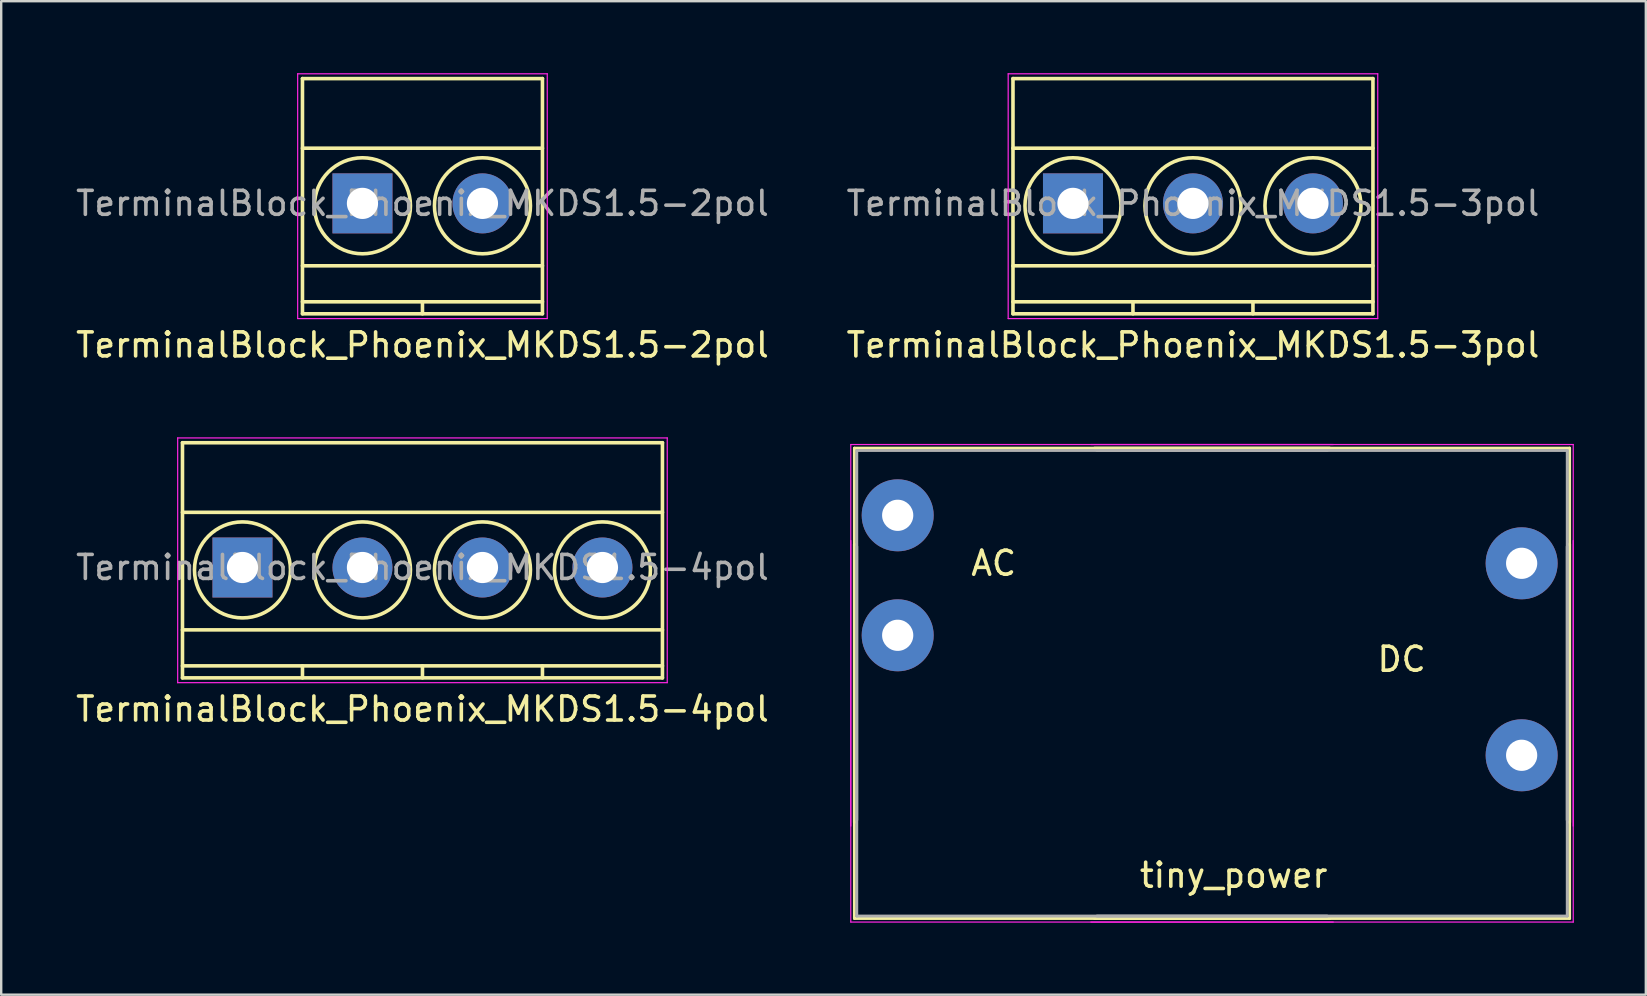
<source format=kicad_pcb>
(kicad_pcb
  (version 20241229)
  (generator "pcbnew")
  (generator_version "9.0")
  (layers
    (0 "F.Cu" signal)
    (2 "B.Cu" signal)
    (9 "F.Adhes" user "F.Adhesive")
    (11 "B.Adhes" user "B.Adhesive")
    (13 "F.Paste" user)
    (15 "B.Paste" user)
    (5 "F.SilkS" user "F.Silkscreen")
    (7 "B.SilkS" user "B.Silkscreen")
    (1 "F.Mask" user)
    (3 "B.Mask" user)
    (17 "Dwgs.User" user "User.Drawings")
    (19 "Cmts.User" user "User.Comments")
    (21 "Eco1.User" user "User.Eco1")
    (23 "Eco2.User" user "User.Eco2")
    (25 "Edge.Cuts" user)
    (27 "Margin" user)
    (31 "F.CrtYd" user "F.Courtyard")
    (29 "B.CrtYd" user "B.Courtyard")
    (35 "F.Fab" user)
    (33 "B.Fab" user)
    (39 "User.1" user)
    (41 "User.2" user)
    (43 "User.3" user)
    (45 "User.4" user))
  (footprint "TerminalBlock_Phoenix_MKDS1.5-2pol"
    (layer "F.Cu")
    (at 12.054 5.425)
    (property "Reference" "TerminalBlock_Phoenix_MKDS1.5-2pol" (at 2.5 5.9 0) (layer "F.SilkS") (effects (font (size 1 1) (thickness 0.15))))
    (attr through_hole)
    (fp_line (start -2.5 -5.2) (end -2.5 4.6) (stroke (width 0.15) (type solid)) (layer "F.SilkS"))
    (fp_line (start -2.5 -2.3) (end 7.5 -2.3) (stroke (width 0.15) (type solid)) (layer "F.SilkS"))
    (fp_line (start -2.5 2.6) (end 7.5 2.6) (stroke (width 0.15) (type solid)) (layer "F.SilkS"))
    (fp_line (start -2.5 4.1) (end 7.5 4.1) (stroke (width 0.15) (type solid)) (layer "F.SilkS"))
    (fp_line (start -2.5 4.6) (end 7.5 4.6) (stroke (width 0.15) (type solid)) (layer "F.SilkS"))
    (fp_line (start 2.5 4.1) (end 2.5 4.6) (stroke (width 0.15) (type solid)) (layer "F.SilkS"))
    (fp_line (start 7.5 -5.2) (end -2.5 -5.2) (stroke (width 0.15) (type solid)) (layer "F.SilkS"))
    (fp_line (start 7.5 4.6) (end 7.5 -5.2) (stroke (width 0.15) (type solid)) (layer "F.SilkS"))
    (fp_circle (center 0 0.1) (end 2 0.1) (stroke (width 0.15) (type solid)) (fill no) (layer "F.SilkS"))
    (fp_circle (center 5 0.1) (end 3 0.1) (stroke (width 0.15) (type solid)) (fill no) (layer "F.SilkS"))
    (fp_line (start -2.7 -5.4) (end 7.7 -5.4) (stroke (width 0.05) (type solid)) (layer "F.CrtYd"))
    (fp_line (start -2.7 4.8) (end -2.7 -5.4) (stroke (width 0.05) (type solid)) (layer "F.CrtYd"))
    (fp_line (start 7.7 -5.4) (end 7.7 4.8) (stroke (width 0.05) (type solid)) (layer "F.CrtYd"))
    (fp_line (start 7.7 4.8) (end -2.7 4.8) (stroke (width 0.05) (type solid)) (layer "F.CrtYd"))
    (fp_text user "${REFERENCE}" (at 2.5 0 0) (layer "F.Fab") (effects (font (size 1 1) (thickness 0.15))))
    (pad "1" thru_hole rect (at 0 0) (size 2.5 2.5) (drill 1.3) (layers "*.Cu" "*.Mask"))
    (pad "2" thru_hole circle (at 5 0) (size 2.5 2.5) (drill 1.3) (layers "*.Cu" "*.Mask")))
  (footprint "tiny_power"
    (layer "F.Cu")
    (at 32.357 15.423)
    (property "Reference" "tiny_power" (at 16 18 0) (layer "F.SilkS") (effects (font (size 1 1) (thickness 0.15))))
    (attr exclude_from_pos_files exclude_from_bom)
    (fp_line (start 0.195 15.801) (end 0.195 0.201) (stroke (width 0.12) (type solid)) (layer "F.SilkS"))
    (fp_line (start 0.195 19.801) (end 0.195 4.201) (stroke (width 0.12) (type solid)) (layer "F.SilkS"))
    (fp_line (start 0.2 0.2) (end 20 0.2) (stroke (width 0.12) (type solid)) (layer "F.SilkS"))
    (fp_line (start 10.2 0.2) (end 30 0.2) (stroke (width 0.12) (type solid)) (layer "F.SilkS"))
    (fp_line (start 20 19.8) (end 0.2 19.8) (stroke (width 0.12) (type solid)) (layer "F.SilkS"))
    (fp_line (start 30 0.2) (end 30 15.8) (stroke (width 0.12) (type solid)) (layer "F.SilkS"))
    (fp_line (start 30 4.2) (end 30 19.8) (stroke (width 0.12) (type solid)) (layer "F.SilkS"))
    (fp_line (start 30 19.8) (end 10.2 19.8) (stroke (width 0.12) (type solid)) (layer "F.SilkS"))
    (fp_line (start 0.045 15.951) (end 0.045 0.051) (stroke (width 0.05) (type solid)) (layer "F.CrtYd"))
    (fp_line (start 0.045 19.951) (end 0.045 4.051) (stroke (width 0.05) (type solid)) (layer "F.CrtYd"))
    (fp_line (start 0.05 19.95) (end 20.15 19.95) (stroke (width 0.05) (type solid)) (layer "F.CrtYd"))
    (fp_line (start 10.05 19.95) (end 30.15 19.95) (stroke (width 0.05) (type solid)) (layer "F.CrtYd"))
    (fp_line (start 20.15 0.05) (end 0.05 0.05) (stroke (width 0.05) (type solid)) (layer "F.CrtYd"))
    (fp_line (start 30.15 0.05) (end 10.05 0.05) (stroke (width 0.05) (type solid)) (layer "F.CrtYd"))
    (fp_line (start 30.15 0.05) (end 30.15 15.95) (stroke (width 0.05) (type solid)) (layer "F.CrtYd"))
    (fp_line (start 30.15 4.05) (end 30.15 19.95) (stroke (width 0.05) (type solid)) (layer "F.CrtYd"))
    (fp_line (start 0.295 15.701) (end 0.295 0.301) (stroke (width 0.12) (type solid)) (layer "F.Fab"))
    (fp_line (start 0.295 19.701) (end 0.295 4.301) (stroke (width 0.12) (type solid)) (layer "F.Fab"))
    (fp_line (start 0.3 0.3) (end 19.9 0.3) (stroke (width 0.12) (type solid)) (layer "F.Fab"))
    (fp_line (start 10.3 0.3) (end 29.9 0.3) (stroke (width 0.12) (type solid)) (layer "F.Fab"))
    (fp_line (start 19.9 19.7) (end 0.3 19.7) (stroke (width 0.12) (type solid)) (layer "F.Fab"))
    (fp_line (start 29.9 0.3) (end 29.9 15.7) (stroke (width 0.12) (type solid)) (layer "F.Fab"))
    (fp_line (start 29.9 4.3) (end 29.9 19.7) (stroke (width 0.12) (type solid)) (layer "F.Fab"))
    (fp_line (start 29.9 19.7) (end 10.3 19.7) (stroke (width 0.12) (type solid)) (layer "F.Fab"))
    (fp_text user "DC" (at 23 9 0) (layer "F.SilkS") (effects (font (size 1 1) (thickness 0.15))))
    (fp_text user "AC" (at 6 5 0) (layer "F.SilkS") (effects (font (size 1 1) (thickness 0.15))))
    (pad "1" thru_hole circle (at 2 3 90) (size 3 3) (drill 1.3) (layers "*.Cu" "*.Mask"))
    (pad "2" thru_hole circle (at 2 8 90) (size 3 3) (drill 1.3) (layers "*.Cu" "*.Mask"))
    (pad "3" thru_hole circle (at 28 13 90) (size 3 3) (drill 1.3) (layers "*.Cu" "*.Mask"))
    (pad "4" thru_hole circle (at 28 5 90) (size 3 3) (drill 1.3) (layers "*.Cu" "*.Mask")))
  (footprint "TerminalBlock_Phoenix_MKDS1.5-3pol"
    (layer "F.Cu")
    (at 41.661 5.425)
    (property "Reference" "TerminalBlock_Phoenix_MKDS1.5-3pol" (at 5 5.9 0) (layer "F.SilkS") (effects (font (size 1 1) (thickness 0.15))))
    (attr through_hole)
    (fp_line (start -2.5 -5.2) (end -2.5 4.6) (stroke (width 0.15) (type solid)) (layer "F.SilkS"))
    (fp_line (start -2.5 -2.3) (end 12.5 -2.3) (stroke (width 0.15) (type solid)) (layer "F.SilkS"))
    (fp_line (start -2.5 2.6) (end 12.5 2.6) (stroke (width 0.15) (type solid)) (layer "F.SilkS"))
    (fp_line (start -2.5 4.1) (end 12.5 4.1) (stroke (width 0.15) (type solid)) (layer "F.SilkS"))
    (fp_line (start -2.5 4.6) (end 12.5 4.6) (stroke (width 0.15) (type solid)) (layer "F.SilkS"))
    (fp_line (start 2.5 4.1) (end 2.5 4.6) (stroke (width 0.15) (type solid)) (layer "F.SilkS"))
    (fp_line (start 7.5 4.1) (end 7.5 4.6) (stroke (width 0.15) (type solid)) (layer "F.SilkS"))
    (fp_line (start 12.5 -5.2) (end -2.5 -5.2) (stroke (width 0.15) (type solid)) (layer "F.SilkS"))
    (fp_line (start 12.5 4.6) (end 12.5 -5.2) (stroke (width 0.15) (type solid)) (layer "F.SilkS"))
    (fp_circle (center 0 0.1) (end 2 0.1) (stroke (width 0.15) (type solid)) (fill no) (layer "F.SilkS"))
    (fp_circle (center 5 0.1) (end 3 0.1) (stroke (width 0.15) (type solid)) (fill no) (layer "F.SilkS"))
    (fp_circle (center 10 0.1) (end 8 0.1) (stroke (width 0.15) (type solid)) (fill no) (layer "F.SilkS"))
    (fp_line (start -2.7 -5.4) (end 12.7 -5.4) (stroke (width 0.05) (type solid)) (layer "F.CrtYd"))
    (fp_line (start -2.7 4.8) (end -2.7 -5.4) (stroke (width 0.05) (type solid)) (layer "F.CrtYd"))
    (fp_line (start 12.7 -5.4) (end 12.7 4.8) (stroke (width 0.05) (type solid)) (layer "F.CrtYd"))
    (fp_line (start 12.7 4.8) (end -2.7 4.8) (stroke (width 0.05) (type solid)) (layer "F.CrtYd"))
    (fp_text user "${REFERENCE}" (at 5 0 0) (layer "F.Fab") (effects (font (size 1 1) (thickness 0.15))))
    (pad "1" thru_hole rect (at 0 0) (size 2.5 2.5) (drill 1.3) (layers "*.Cu" "*.Mask"))
    (pad "2" thru_hole circle (at 5 0) (size 2.5 2.5) (drill 1.3) (layers "*.Cu" "*.Mask"))
    (pad "3" thru_hole circle (at 10 0) (size 2.5 2.5) (drill 1.3) (layers "*.Cu" "*.Mask")))
  (footprint "TerminalBlock_Phoenix_MKDS1.5-4pol"
    (layer "F.Cu")
    (at 7.054 20.598)
    (property "Reference" "TerminalBlock_Phoenix_MKDS1.5-4pol" (at 7.5 5.9 0) (layer "F.SilkS") (effects (font (size 1 1) (thickness 0.15))))
    (attr through_hole)
    (fp_line (start -2.5 -5.2) (end -2.5 4.6) (stroke (width 0.15) (type solid)) (layer "F.SilkS"))
    (fp_line (start -2.5 -2.3) (end 17.5 -2.3) (stroke (width 0.15) (type solid)) (layer "F.SilkS"))
    (fp_line (start -2.5 2.6) (end 17.5 2.6) (stroke (width 0.15) (type solid)) (layer "F.SilkS"))
    (fp_line (start -2.5 4.1) (end 17.5 4.1) (stroke (width 0.15) (type solid)) (layer "F.SilkS"))
    (fp_line (start -2.5 4.6) (end 17.5 4.6) (stroke (width 0.15) (type solid)) (layer "F.SilkS"))
    (fp_line (start 2.5 4.1) (end 2.5 4.6) (stroke (width 0.15) (type solid)) (layer "F.SilkS"))
    (fp_line (start 7.5 4.1) (end 7.5 4.6) (stroke (width 0.15) (type solid)) (layer "F.SilkS"))
    (fp_line (start 12.5 4.1) (end 12.5 4.6) (stroke (width 0.15) (type solid)) (layer "F.SilkS"))
    (fp_line (start 17.5 -5.2) (end -2.5 -5.2) (stroke (width 0.15) (type solid)) (layer "F.SilkS"))
    (fp_line (start 17.5 4.6) (end 17.5 -5.2) (stroke (width 0.15) (type solid)) (layer "F.SilkS"))
    (fp_circle (center 0 0.1) (end 2 0.1) (stroke (width 0.15) (type solid)) (fill no) (layer "F.SilkS"))
    (fp_circle (center 5 0.1) (end 3 0.1) (stroke (width 0.15) (type solid)) (fill no) (layer "F.SilkS"))
    (fp_circle (center 10 0.1) (end 8 0.1) (stroke (width 0.15) (type solid)) (fill no) (layer "F.SilkS"))
    (fp_circle (center 15 0.1) (end 13 0.1) (stroke (width 0.15) (type solid)) (fill no) (layer "F.SilkS"))
    (fp_line (start -2.7 -5.4) (end 17.7 -5.4) (stroke (width 0.05) (type solid)) (layer "F.CrtYd"))
    (fp_line (start -2.7 4.8) (end -2.7 -5.4) (stroke (width 0.05) (type solid)) (layer "F.CrtYd"))
    (fp_line (start 17.7 -5.4) (end 17.7 4.8) (stroke (width 0.05) (type solid)) (layer "F.CrtYd"))
    (fp_line (start 17.7 4.8) (end -2.7 4.8) (stroke (width 0.05) (type solid)) (layer "F.CrtYd"))
    (fp_text user "${REFERENCE}" (at 7.5 0 0) (layer "F.Fab") (effects (font (size 1 1) (thickness 0.15))))
    (pad "1" thru_hole rect (at 0 0) (size 2.5 2.5) (drill 1.3) (layers "*.Cu" "*.Mask"))
    (pad "2" thru_hole circle (at 5 0) (size 2.5 2.5) (drill 1.3) (layers "*.Cu" "*.Mask"))
    (pad "3" thru_hole circle (at 10 0) (size 2.5 2.5) (drill 1.3) (layers "*.Cu" "*.Mask"))
    (pad "4" thru_hole circle (at 15 0) (size 2.5 2.5) (drill 1.3) (layers "*.Cu" "*.Mask")))
  (gr_rect
    (start -3 -3)
    (end 65.532 38.399)
    (stroke (width 0.1) (type default))
    (fill no)
    (layer "Edge.Cuts")))
</source>
